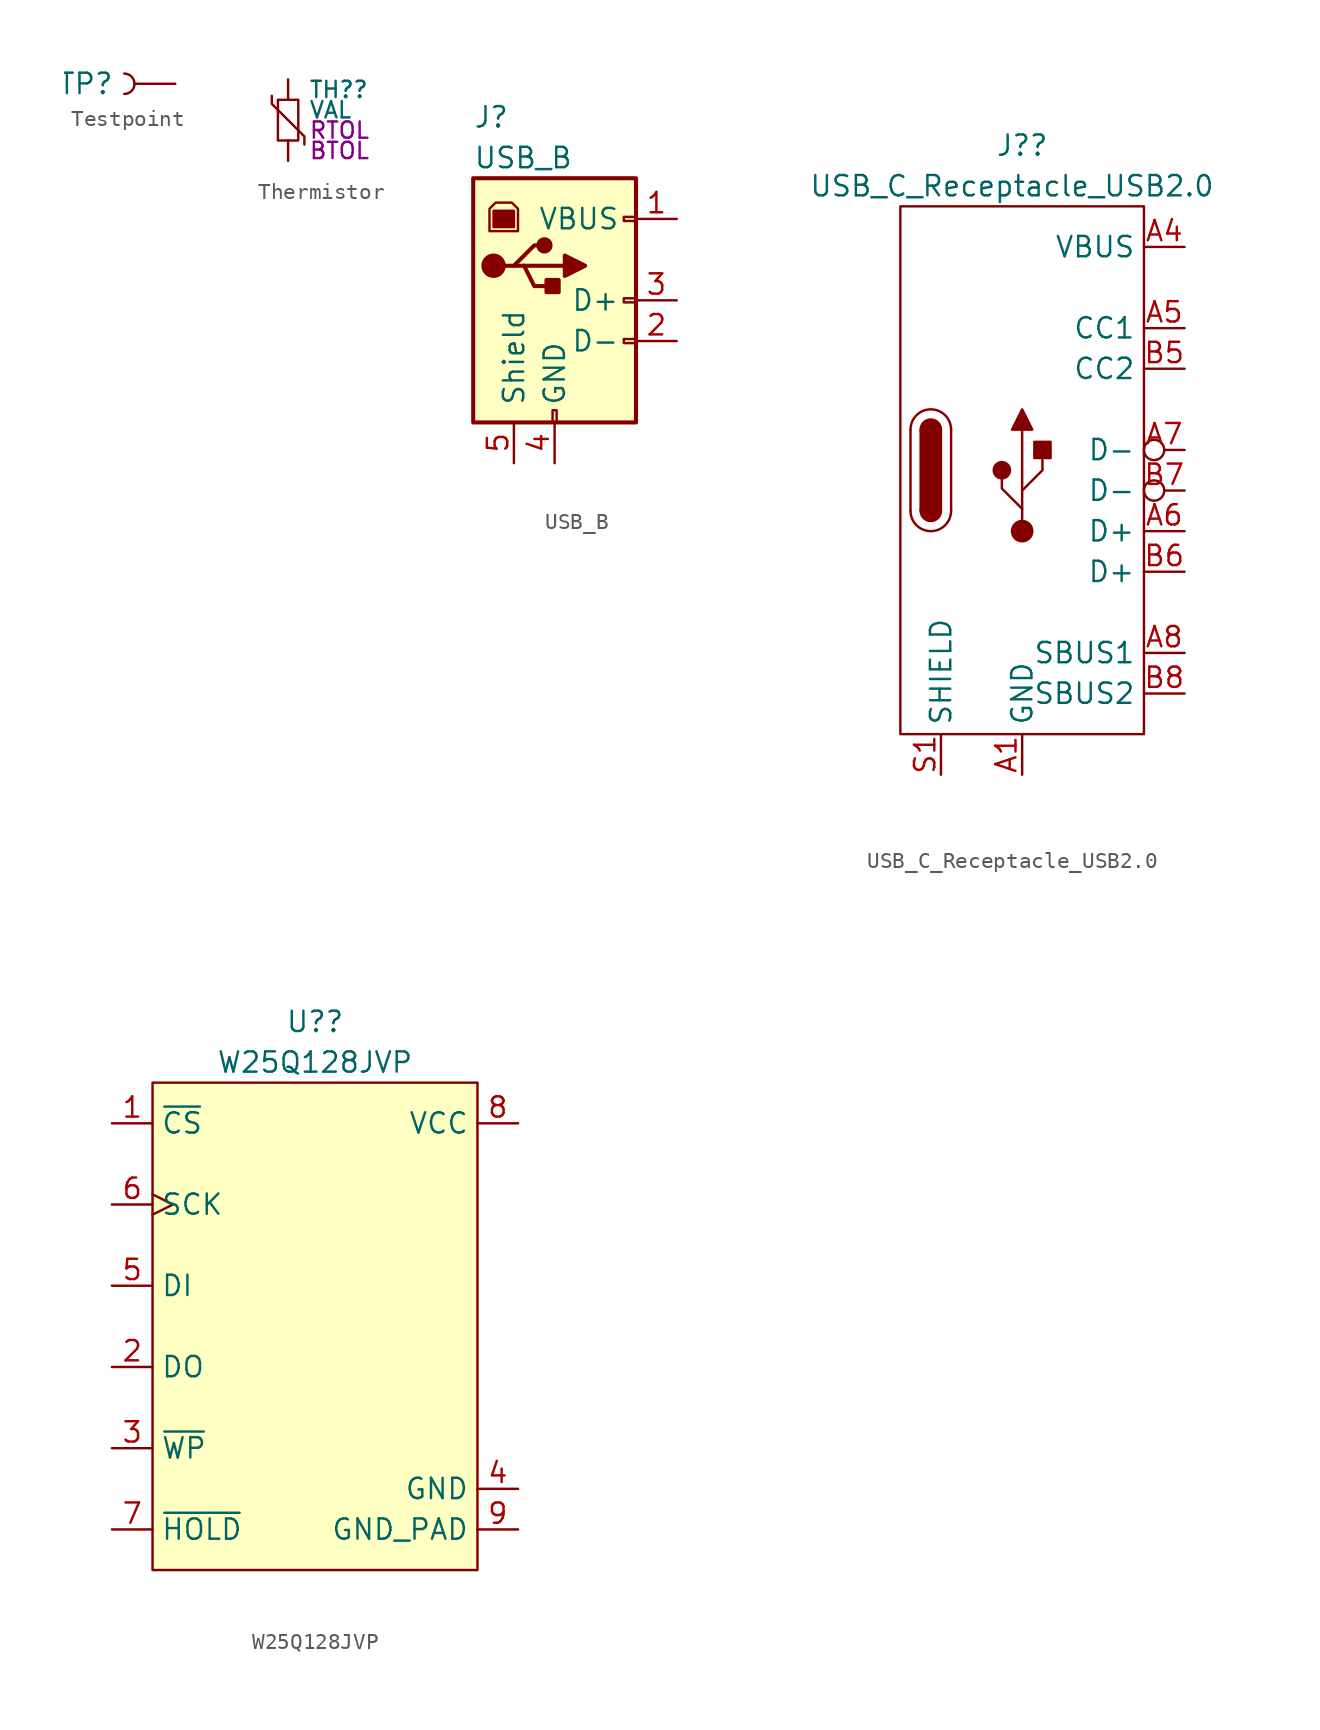
<source format=kicad_sym>
(kicad_symbol_lib
  (version 20241209)
  (generator "kicad_symbol_editor")
  (generator_version "9.0")
  (symbol "Testpoint"
    (pin_numbers
      (hide yes))
    (pin_names
      (hide yes))
    (property "Reference" "TP"
      (at -1.27 0 0)
      (do_not_autoplace)
      (effects (font (size 1.27 1.27)) (justify right)))
    (symbol "Testpoint_0_1"
      (arc (start -0.635 0.635) (mid 0 0) (end -0.635 -0.635) (stroke (width 0) (type default)) (fill (type none))))
    (symbol "Testpoint_1_0"
      (pin passive line (at 2.54 0 180) (length 2.54) (name "" (effects (font (size 1.27 1.27)))) (number "1" (effects (font (size 1.27 1.27)))))))
  (symbol "Thermistor"
    (property "Reference" "TH?"
      (at 1.27 1.905 0)
      (do_not_autoplace)
      (effects (font (size 1.016 1.016)) (justify left)))
    (property "Value" "VAL"
      (at 1.27 0.635 0)
      (do_not_autoplace)
      (effects (font (size 1.016 1.016)) (justify left)))
    (property "Resistance Tolerance" "RTOL"
      (at 1.27 -0.635 0)
      (do_not_autoplace)
      (effects (font (size 1.016 1.016)) (justify left)))
    (property "B Value Tolerance" "BTOL"
      (at 1.27 -1.905 0)
      (do_not_autoplace)
      (effects (font (size 1.016 1.016)) (justify left)))
    (symbol "Thermistor_0_1"
      (polyline (pts (xy -0.635 1.27) (xy -0.635 -1.27) (xy 0.635 -1.27) (xy 0.635 1.27) (xy -0.635 1.27)) (stroke (width 0) (type default)) (fill (type none)))
      (polyline (pts (xy 1.016 -1.524) (xy 1.016 -1.016) (xy -1.016 1.016) (xy -1.016 1.524)) (stroke (width 0) (type default)) (fill (type none))))
    (symbol "Thermistor_1_1"
      (pin passive line (at 0 2.54 270) (length 1.27) (name "" (effects (font (size 0 0)))) (number "1" (effects (font (size 0 0)))))
      (pin passive line (at 0 -2.54 90) (length 1.27) (name "" (effects (font (size 0 0)))) (number "2" (effects (font (size 0 0)))))))
  (symbol "USB_B"
    (pin_names
      (offset 1.016))
    (property "Reference" "J"
      (at -5.08 11.43 0)
      (do_not_autoplace)
      (effects (font (size 1.27 1.27)) (justify left)))
    (property "Value" "USB_B"
      (at -5.08 8.89 0)
      (do_not_autoplace)
      (effects (font (size 1.27 1.27)) (justify left)))
    (symbol "USB_B_0_1"
      (rectangle (start -5.08 -7.62) (end 5.08 7.62) (stroke (width 0.254) (type default)) (fill (type background)))
      (polyline (pts (xy -4.064 4.318) (xy -2.286 4.318) (xy -2.286 5.715) (xy -2.667 6.096) (xy -3.683 6.096) (xy -4.064 5.715) (xy -4.064 4.318)) (stroke (width 0) (type default)) (fill (type none)))
      (rectangle (start -3.81 5.588) (end -2.54 4.572) (stroke (width 0) (type default)) (fill (type outline)))
      (circle (center -3.81 2.159) (radius 0.635) (stroke (width 0.254) (type default)) (fill (type outline)))
      (polyline (pts (xy -3.175 2.159) (xy -2.54 2.159) (xy -1.27 3.429) (xy -0.635 3.429)) (stroke (width 0.254) (type default)) (fill (type none)))
      (polyline (pts (xy -2.54 2.159) (xy -1.905 2.159) (xy -1.27 0.889) (xy 0 0.889)) (stroke (width 0.254) (type default)) (fill (type none)))
      (polyline (pts (xy -1.905 2.159) (xy 0.635 2.159)) (stroke (width 0.254) (type default)) (fill (type none)))
      (circle (center -0.635 3.429) (radius 0.381) (stroke (width 0.254) (type default)) (fill (type outline)))
      (rectangle (start -0.127 -7.62) (end 0.127 -6.858) (stroke (width 0) (type default)) (fill (type none)))
      (rectangle (start 0.254 1.27) (end -0.508 0.508) (stroke (width 0.254) (type default)) (fill (type outline)))
      (polyline (pts (xy 0.635 2.794) (xy 0.635 1.524) (xy 1.905 2.159) (xy 0.635 2.794)) (stroke (width 0.254) (type default)) (fill (type outline)))
      (rectangle (start 5.08 4.953) (end 4.318 5.207) (stroke (width 0) (type default)) (fill (type none)))
      (rectangle (start 5.08 -0.127) (end 4.318 0.127) (stroke (width 0) (type default)) (fill (type none)))
      (rectangle (start 5.08 -2.667) (end 4.318 -2.413) (stroke (width 0) (type default)) (fill (type none))))
    (symbol "USB_B_1_1"
      (pin passive line (at -2.54 -10.16 90) (length 2.54) (name "Shield" (effects (font (size 1.27 1.27)))) (number "5" (effects (font (size 1.27 1.27)))))
      (pin power_out line (at 0 -10.16 90) (length 2.54) (name "GND" (effects (font (size 1.27 1.27)))) (number "4" (effects (font (size 1.27 1.27)))))
      (pin power_out line (at 7.62 5.08 180) (length 2.54) (name "VBUS" (effects (font (size 1.27 1.27)))) (number "1" (effects (font (size 1.27 1.27)))))
      (pin bidirectional line (at 7.62 0 180) (length 2.54) (name "D+" (effects (font (size 1.27 1.27)))) (number "3" (effects (font (size 1.27 1.27)))))
      (pin bidirectional line (at 7.62 -2.54 180) (length 2.54) (name "D-" (effects (font (size 1.27 1.27)))) (number "2" (effects (font (size 1.27 1.27)))))))
  (symbol "USB_C_Receptacle_USB2.0"
    (property "Reference" "J?"
      (at 0 20.32 0)
      (do_not_autoplace)
      (effects (font (size 1.27 1.27))))
    (property "Value" "USB_C_Receptacle_USB2.0"
      (at -0.635 17.78 0)
      (do_not_autoplace)
      (effects (font (size 1.27 1.27))))
    (symbol "USB_C_Receptacle_USB2.0_0_0"
      (pin passive line (at -5.08 -19.05 90) (length 2.54) (name "SHIELD" (effects (font (size 1.27 1.27)))) (number "S1" (effects (font (size 1.27 1.27)))))
      (pin passive line (at 0 -19.05 90) (length 2.54) (name "GND" (effects (font (size 1.27 1.27)))) (number "A1" (effects (font (size 1.27 1.27)))))
      (pin power_out line (at 10.16 13.97 180) (length 2.54) (name "VBUS" (effects (font (size 1.27 1.27)))) (number "A4" (effects (font (size 1.27 1.27)))))
      (pin input line (at 10.16 8.89 180) (length 2.54) (name "CC1" (effects (font (size 1.27 1.27)))) (number "A5" (effects (font (size 1.27 1.27)))))
      (pin input line (at 10.16 6.35 180) (length 2.54) (name "CC2" (effects (font (size 1.27 1.27)))) (number "B5" (effects (font (size 1.27 1.27)))))
      (pin bidirectional inverted (at 10.16 1.27 180) (length 2.54) (name "D-" (effects (font (size 1.27 1.27)))) (number "A7" (effects (font (size 1.27 1.27)))))
      (pin bidirectional inverted (at 10.16 -1.27 180) (length 2.54) (name "D-" (effects (font (size 1.27 1.27)))) (number "B7" (effects (font (size 1.27 1.27)))))
      (pin bidirectional line (at 10.16 -3.81 180) (length 2.54) (name "D+" (effects (font (size 1.27 1.27)))) (number "A6" (effects (font (size 1.27 1.27)))))
      (pin bidirectional line (at 10.16 -6.35 180) (length 2.54) (name "D+" (effects (font (size 1.27 1.27)))) (number "B6" (effects (font (size 1.27 1.27)))))
      (pin unspecified line (at 10.16 -11.43 180) (length 2.54) (name "SBUS1" (effects (font (size 1.27 1.27)))) (number "A8" (effects (font (size 1.27 1.27)))))
      (pin unspecified line (at 10.16 -13.97 180) (length 2.54) (name "SBUS2" (effects (font (size 1.27 1.27)))) (number "B8" (effects (font (size 1.27 1.27))))))
    (symbol "USB_C_Receptacle_USB2.0_1_0"
      (pin passive line (at -5.08 -19.05 90) (length 2.54) (hide yes) (name "SHIELD" (effects (font (size 1.27 1.27)))) (number "S2" (effects (font (size 1.27 1.27)))))
      (pin passive line (at 0 -19.05 90) (length 2.54) (hide yes) (name "GND" (effects (font (size 1.27 1.27)))) (number "A12" (effects (font (size 1.27 1.27)))))
      (pin passive line (at 0 -19.05 90) (length 2.54) (hide yes) (name "GND" (effects (font (size 1.27 1.27)))) (number "B1" (effects (font (size 1.27 1.27)))))
      (pin passive line (at 0 -19.05 90) (length 2.54) (hide yes) (name "GND" (effects (font (size 1.27 1.27)))) (number "B12" (effects (font (size 1.27 1.27)))))
      (pin power_out line (at 10.16 13.97 180) (length 2.54) (hide yes) (name "VBUS" (effects (font (size 1.27 1.27)))) (number "A9" (effects (font (size 1.27 1.27)))))
      (pin power_out line (at 10.16 13.97 180) (length 2.54) (hide yes) (name "VBUS" (effects (font (size 1.27 1.27)))) (number "B4" (effects (font (size 1.27 1.27)))))
      (pin power_out line (at 10.16 13.97 180) (length 2.54) (hide yes) (name "VBUS" (effects (font (size 1.27 1.27)))) (number "B9" (effects (font (size 1.27 1.27))))))
    (symbol "USB_C_Receptacle_USB2.0_1_1"
      (rectangle (start -7.62 16.51) (end 7.62 -16.51) (stroke (width 0) (type default)) (fill (type none)))
      (polyline (pts (xy -6.985 2.54) (xy -6.985 -2.54)) (stroke (width 0) (type default)) (fill (type none)))
      (rectangle (start -6.35 2.54) (end -5.08 -2.54) (stroke (width 0) (type default)) (fill (type outline)))
      (arc (start -6.985 2.54) (mid -5.715 3.81) (end -4.445 2.54) (stroke (width 0) (type default)) (fill (type none)))
      (circle (center -5.715 2.54) (radius 0.635) (stroke (width 0) (type default)) (fill (type outline)))
      (circle (center -5.715 -2.54) (radius 0.635) (stroke (width 0) (type default)) (fill (type outline)))
      (arc (start -4.445 -2.54) (mid -5.715 -3.81) (end -6.985 -2.54) (stroke (width 0) (type default)) (fill (type none)))
      (polyline (pts (xy -4.445 2.54) (xy -4.445 -2.54)) (stroke (width 0) (type default)) (fill (type none)))
      (circle (center -1.27 0) (radius 0.508) (stroke (width 0) (type default)) (fill (type outline)))
      (polyline (pts (xy 0 2.54) (xy -0.635 2.54) (xy 0 3.81) (xy 0.635 2.54) (xy 0 2.54)) (stroke (width 0) (type default)) (fill (type outline)))
      (polyline (pts (xy 0 -1.27) (xy 1.27 0) (xy 1.27 0.635)) (stroke (width 0) (type default)) (fill (type none)))
      (polyline (pts (xy 0 -2.413) (xy -1.27 -1.143) (xy -1.27 -0.508)) (stroke (width 0) (type default)) (fill (type none)))
      (polyline (pts (xy 0 -3.175) (xy 0 2.54)) (stroke (width 0) (type default)) (fill (type none)))
      (circle (center 0 -3.81) (radius 0.635) (stroke (width 0) (type default)) (fill (type outline)))
      (rectangle (start 0.762 1.778) (end 1.778 0.762) (stroke (width 0) (type default)) (fill (type outline)))))
  (symbol "W25Q128JVP"
    (property "Reference" "U?"
      (at 0 19.05 0)
      (do_not_autoplace)
      (effects (font (size 1.27 1.27))))
    (property "Value" "W25Q128JVP"
      (at 0 16.51 0)
      (do_not_autoplace)
      (effects (font (size 1.27 1.27))))
    (symbol "W25Q128JVP_0_0"
      (pin power_in line (at 12.7 12.7 180) (length 2.54) (name "VCC" (effects (font (size 1.27 1.27)))) (number "8" (effects (font (size 1.27 1.27))))))
    (symbol "W25Q128JVP_1_0"
      (pin input line (at -12.7 12.7 0) (length 2.54) (name "~{CS}" (effects (font (size 1.27 1.27)))) (number "1" (effects (font (size 1.27 1.27)))))
      (pin input clock (at -12.7 7.62 0) (length 2.54) (name "SCK" (effects (font (size 1.27 1.27)))) (number "6" (effects (font (size 1.27 1.27)))))
      (pin input line (at -12.7 2.54 0) (length 2.54) (name "DI" (effects (font (size 1.27 1.27)))) (number "5" (effects (font (size 1.27 1.27)))) (alternate "IO0" bidirectional line))
      (pin output line (at -12.7 -2.54 0) (length 2.54) (name "DO" (effects (font (size 1.27 1.27)))) (number "2" (effects (font (size 1.27 1.27)))) (alternate "IO1" bidirectional line))
      (pin input line (at -12.7 -7.62 0) (length 2.54) (name "~{WP}" (effects (font (size 1.27 1.27)))) (number "3" (effects (font (size 1.27 1.27)))) (alternate "IO2" bidirectional line))
      (pin input line (at -12.7 -12.7 0) (length 2.54) (name "~{HOLD}" (effects (font (size 1.27 1.27)))) (number "7" (effects (font (size 1.27 1.27)))) (alternate "IO3" bidirectional line) (alternate "~{RESET}" input line))
      (pin power_in line (at 12.7 -10.16 180) (length 2.54) (name "GND" (effects (font (size 1.27 1.27)))) (number "4" (effects (font (size 1.27 1.27)))))
      (pin power_in line (at 12.7 -12.7 180) (length 2.54) (name "GND_PAD" (effects (font (size 1.27 1.27)))) (number "9" (effects (font (size 1.27 1.27))))))
    (symbol "W25Q128JVP_1_1"
      (rectangle (start -10.16 15.24) (end 10.16 -15.24) (stroke (width 0) (type solid)) (fill (type background))))))
</source>
